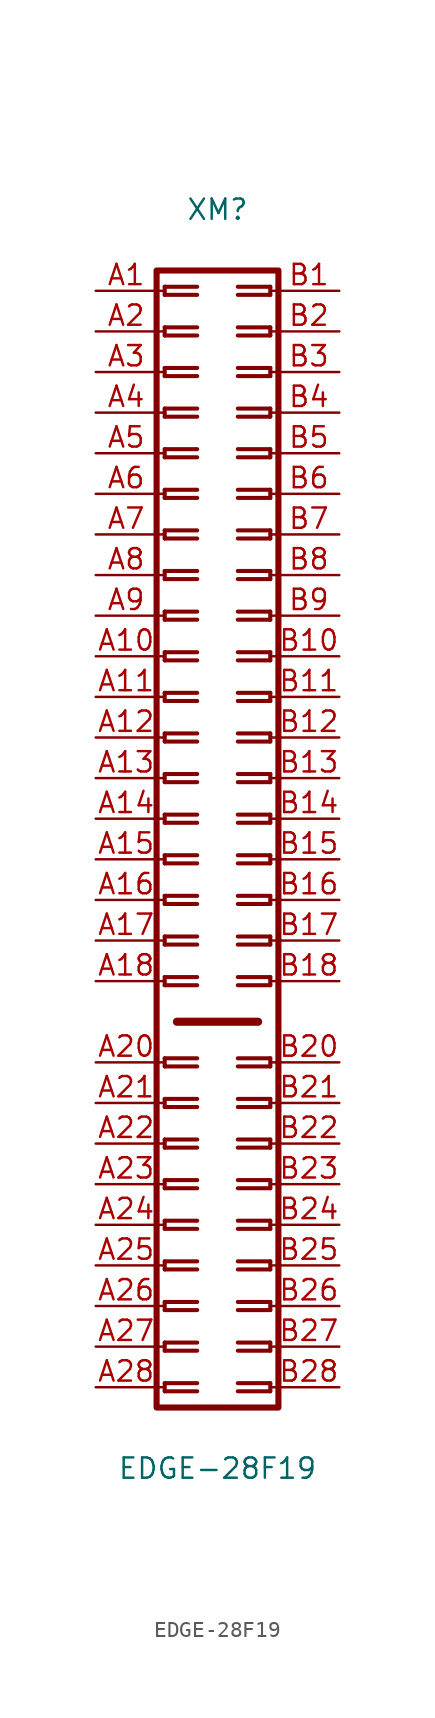
<source format=kicad_sym>
(kicad_symbol_lib
  (version 20231120)
  (generator "kicad_symbol_editor")
  (generator_version "8.0")
  (symbol "EDGE-28F19"
    (pin_names
      (offset 1.016))
    (property "Reference" "XM"
      (at 0 39.37 0)
      (effects (font (size 1.27 1.27))))
    (property "Value" "EDGE-28F19"
      (at 0 -39.37 0)
      (effects (font (size 1.27 1.27))))
    (symbol "EDGE-28F19_0_0"
      (polyline (pts (xy -2.54 -11.43) (xy 2.54 -11.43)) (stroke (width 0.508) (type default)) (fill (type none))))
    (symbol "EDGE-28F19_0_1"
      (rectangle (start -3.81 35.56) (end 3.81 -35.56) (stroke (width 0.381) (type default)) (fill (type none)))
      (polyline (pts (xy -3.81 -34.29) (xy -3.302 -34.29)) (stroke (width 0) (type default)) (fill (type none)))
      (polyline (pts (xy -3.81 -31.75) (xy -3.302 -31.75)) (stroke (width 0) (type default)) (fill (type none)))
      (polyline (pts (xy -3.81 -29.21) (xy -3.302 -29.21)) (stroke (width 0) (type default)) (fill (type none)))
      (polyline (pts (xy -3.81 -26.67) (xy -3.302 -26.67)) (stroke (width 0) (type default)) (fill (type none)))
      (polyline (pts (xy -3.81 -24.13) (xy -3.302 -24.13)) (stroke (width 0) (type default)) (fill (type none)))
      (polyline (pts (xy -3.81 -21.59) (xy -3.302 -21.59)) (stroke (width 0) (type default)) (fill (type none)))
      (polyline (pts (xy -3.81 -19.05) (xy -3.302 -19.05)) (stroke (width 0) (type default)) (fill (type none)))
      (polyline (pts (xy -3.81 -16.51) (xy -3.302 -16.51)) (stroke (width 0) (type default)) (fill (type none)))
      (polyline (pts (xy -3.81 -13.97) (xy -3.302 -13.97)) (stroke (width 0) (type default)) (fill (type none)))
      (polyline (pts (xy -3.81 -8.89) (xy -3.302 -8.89)) (stroke (width 0) (type default)) (fill (type none)))
      (polyline (pts (xy -3.81 -6.35) (xy -3.302 -6.35)) (stroke (width 0) (type default)) (fill (type none)))
      (polyline (pts (xy -3.81 -3.81) (xy -3.302 -3.81)) (stroke (width 0) (type default)) (fill (type none)))
      (polyline (pts (xy -3.81 -1.27) (xy -3.302 -1.27)) (stroke (width 0) (type default)) (fill (type none)))
      (polyline (pts (xy -3.81 1.27) (xy -3.302 1.27)) (stroke (width 0) (type default)) (fill (type none)))
      (polyline (pts (xy -3.81 3.81) (xy -3.302 3.81)) (stroke (width 0) (type default)) (fill (type none)))
      (polyline (pts (xy -3.81 6.35) (xy -3.302 6.35)) (stroke (width 0) (type default)) (fill (type none)))
      (polyline (pts (xy -3.81 8.89) (xy -3.302 8.89)) (stroke (width 0) (type default)) (fill (type none)))
      (polyline (pts (xy -3.81 11.43) (xy -3.302 11.43)) (stroke (width 0) (type default)) (fill (type none)))
      (polyline (pts (xy -3.81 13.97) (xy -3.302 13.97)) (stroke (width 0) (type default)) (fill (type none)))
      (polyline (pts (xy -3.81 16.51) (xy -3.302 16.51)) (stroke (width 0) (type default)) (fill (type none)))
      (polyline (pts (xy -3.81 19.05) (xy -3.302 19.05)) (stroke (width 0) (type default)) (fill (type none)))
      (polyline (pts (xy -3.81 21.59) (xy -3.302 21.59)) (stroke (width 0) (type default)) (fill (type none)))
      (polyline (pts (xy -3.81 24.13) (xy -3.302 24.13)) (stroke (width 0) (type default)) (fill (type none)))
      (polyline (pts (xy -3.81 26.67) (xy -3.302 26.67)) (stroke (width 0) (type default)) (fill (type none)))
      (polyline (pts (xy -3.81 29.21) (xy -3.302 29.21)) (stroke (width 0) (type default)) (fill (type none)))
      (polyline (pts (xy -3.81 31.75) (xy -3.302 31.75)) (stroke (width 0) (type default)) (fill (type none)))
      (polyline (pts (xy -3.81 34.29) (xy -3.302 34.29)) (stroke (width 0) (type default)) (fill (type none)))
      (polyline (pts (xy -3.302 -34.544) (xy -3.302 -34.036)) (stroke (width 0.254) (type default)) (fill (type none)))
      (polyline (pts (xy -3.302 -34.544) (xy -1.27 -34.544)) (stroke (width 0.254) (type default)) (fill (type none)))
      (polyline (pts (xy -3.302 -34.036) (xy -1.27 -34.036)) (stroke (width 0.254) (type default)) (fill (type none)))
      (polyline (pts (xy -3.302 -32.004) (xy -3.302 -31.496)) (stroke (width 0.254) (type default)) (fill (type none)))
      (polyline (pts (xy -3.302 -32.004) (xy -1.27 -32.004)) (stroke (width 0.254) (type default)) (fill (type none)))
      (polyline (pts (xy -3.302 -31.496) (xy -1.27 -31.496)) (stroke (width 0.254) (type default)) (fill (type none)))
      (polyline (pts (xy -3.302 -29.464) (xy -3.302 -28.956)) (stroke (width 0.254) (type default)) (fill (type none)))
      (polyline (pts (xy -3.302 -29.464) (xy -1.27 -29.464)) (stroke (width 0.254) (type default)) (fill (type none)))
      (polyline (pts (xy -3.302 -28.956) (xy -1.27 -28.956)) (stroke (width 0.254) (type default)) (fill (type none)))
      (polyline (pts (xy -3.302 -26.924) (xy -3.302 -26.416)) (stroke (width 0.254) (type default)) (fill (type none)))
      (polyline (pts (xy -3.302 -26.924) (xy -1.27 -26.924)) (stroke (width 0.254) (type default)) (fill (type none)))
      (polyline (pts (xy -3.302 -26.416) (xy -1.27 -26.416)) (stroke (width 0.254) (type default)) (fill (type none)))
      (polyline (pts (xy -3.302 -24.384) (xy -3.302 -23.876)) (stroke (width 0.254) (type default)) (fill (type none)))
      (polyline (pts (xy -3.302 -24.384) (xy -1.27 -24.384)) (stroke (width 0.254) (type default)) (fill (type none)))
      (polyline (pts (xy -3.302 -23.876) (xy -1.27 -23.876)) (stroke (width 0.254) (type default)) (fill (type none)))
      (polyline (pts (xy -3.302 -21.844) (xy -3.302 -21.336)) (stroke (width 0.254) (type default)) (fill (type none)))
      (polyline (pts (xy -3.302 -21.844) (xy -1.27 -21.844)) (stroke (width 0.254) (type default)) (fill (type none)))
      (polyline (pts (xy -3.302 -21.336) (xy -1.27 -21.336)) (stroke (width 0.254) (type default)) (fill (type none)))
      (polyline (pts (xy -3.302 -19.304) (xy -3.302 -18.796)) (stroke (width 0.254) (type default)) (fill (type none)))
      (polyline (pts (xy -3.302 -19.304) (xy -1.27 -19.304)) (stroke (width 0.254) (type default)) (fill (type none)))
      (polyline (pts (xy -3.302 -18.796) (xy -1.27 -18.796)) (stroke (width 0.254) (type default)) (fill (type none)))
      (polyline (pts (xy -3.302 -16.764) (xy -3.302 -16.256)) (stroke (width 0.254) (type default)) (fill (type none)))
      (polyline (pts (xy -3.302 -16.764) (xy -1.27 -16.764)) (stroke (width 0.254) (type default)) (fill (type none)))
      (polyline (pts (xy -3.302 -16.256) (xy -1.27 -16.256)) (stroke (width 0.254) (type default)) (fill (type none)))
      (polyline (pts (xy -3.302 -14.224) (xy -3.302 -13.716)) (stroke (width 0.254) (type default)) (fill (type none)))
      (polyline (pts (xy -3.302 -14.224) (xy -1.27 -14.224)) (stroke (width 0.254) (type default)) (fill (type none)))
      (polyline (pts (xy -3.302 -13.716) (xy -1.27 -13.716)) (stroke (width 0.254) (type default)) (fill (type none)))
      (polyline (pts (xy -3.302 -9.144) (xy -3.302 -8.636)) (stroke (width 0.254) (type default)) (fill (type none)))
      (polyline (pts (xy -3.302 -9.144) (xy -1.27 -9.144)) (stroke (width 0.254) (type default)) (fill (type none)))
      (polyline (pts (xy -3.302 -8.636) (xy -1.27 -8.636)) (stroke (width 0.254) (type default)) (fill (type none)))
      (polyline (pts (xy -3.302 -6.604) (xy -3.302 -6.096)) (stroke (width 0.254) (type default)) (fill (type none)))
      (polyline (pts (xy -3.302 -6.604) (xy -1.27 -6.604)) (stroke (width 0.254) (type default)) (fill (type none)))
      (polyline (pts (xy -3.302 -6.096) (xy -1.27 -6.096)) (stroke (width 0.254) (type default)) (fill (type none)))
      (polyline (pts (xy -3.302 -4.064) (xy -3.302 -3.556)) (stroke (width 0.254) (type default)) (fill (type none)))
      (polyline (pts (xy -3.302 -4.064) (xy -1.27 -4.064)) (stroke (width 0.254) (type default)) (fill (type none)))
      (polyline (pts (xy -3.302 -3.556) (xy -1.27 -3.556)) (stroke (width 0.254) (type default)) (fill (type none)))
      (polyline (pts (xy -3.302 -1.524) (xy -3.302 -1.016)) (stroke (width 0.254) (type default)) (fill (type none)))
      (polyline (pts (xy -3.302 -1.524) (xy -1.27 -1.524)) (stroke (width 0.254) (type default)) (fill (type none)))
      (polyline (pts (xy -3.302 -1.016) (xy -1.27 -1.016)) (stroke (width 0.254) (type default)) (fill (type none)))
      (polyline (pts (xy -3.302 1.016) (xy -3.302 1.524)) (stroke (width 0.254) (type default)) (fill (type none)))
      (polyline (pts (xy -3.302 1.016) (xy -1.27 1.016)) (stroke (width 0.254) (type default)) (fill (type none)))
      (polyline (pts (xy -3.302 1.524) (xy -1.27 1.524)) (stroke (width 0.254) (type default)) (fill (type none)))
      (polyline (pts (xy -3.302 3.556) (xy -3.302 4.064)) (stroke (width 0.254) (type default)) (fill (type none)))
      (polyline (pts (xy -3.302 3.556) (xy -1.27 3.556)) (stroke (width 0.254) (type default)) (fill (type none)))
      (polyline (pts (xy -3.302 4.064) (xy -1.27 4.064)) (stroke (width 0.254) (type default)) (fill (type none)))
      (polyline (pts (xy -3.302 6.096) (xy -3.302 6.604)) (stroke (width 0.254) (type default)) (fill (type none)))
      (polyline (pts (xy -3.302 6.096) (xy -1.27 6.096)) (stroke (width 0.254) (type default)) (fill (type none)))
      (polyline (pts (xy -3.302 6.604) (xy -1.27 6.604)) (stroke (width 0.254) (type default)) (fill (type none)))
      (polyline (pts (xy -3.302 8.636) (xy -3.302 9.144)) (stroke (width 0.254) (type default)) (fill (type none)))
      (polyline (pts (xy -3.302 8.636) (xy -1.27 8.636)) (stroke (width 0.254) (type default)) (fill (type none)))
      (polyline (pts (xy -3.302 9.144) (xy -1.27 9.144)) (stroke (width 0.254) (type default)) (fill (type none)))
      (polyline (pts (xy -3.302 11.176) (xy -3.302 11.684)) (stroke (width 0.254) (type default)) (fill (type none)))
      (polyline (pts (xy -3.302 11.176) (xy -1.27 11.176)) (stroke (width 0.254) (type default)) (fill (type none)))
      (polyline (pts (xy -3.302 11.684) (xy -1.27 11.684)) (stroke (width 0.254) (type default)) (fill (type none)))
      (polyline (pts (xy -3.302 13.716) (xy -3.302 14.224)) (stroke (width 0.254) (type default)) (fill (type none)))
      (polyline (pts (xy -3.302 13.716) (xy -1.27 13.716)) (stroke (width 0.254) (type default)) (fill (type none)))
      (polyline (pts (xy -3.302 14.224) (xy -1.27 14.224)) (stroke (width 0.254) (type default)) (fill (type none)))
      (polyline (pts (xy -3.302 16.256) (xy -3.302 16.764)) (stroke (width 0.254) (type default)) (fill (type none)))
      (polyline (pts (xy -3.302 16.256) (xy -1.27 16.256)) (stroke (width 0.254) (type default)) (fill (type none)))
      (polyline (pts (xy -3.302 16.764) (xy -1.27 16.764)) (stroke (width 0.254) (type default)) (fill (type none)))
      (polyline (pts (xy -3.302 18.796) (xy -3.302 19.304)) (stroke (width 0.254) (type default)) (fill (type none)))
      (polyline (pts (xy -3.302 18.796) (xy -1.27 18.796)) (stroke (width 0.254) (type default)) (fill (type none)))
      (polyline (pts (xy -3.302 19.304) (xy -1.27 19.304)) (stroke (width 0.254) (type default)) (fill (type none)))
      (polyline (pts (xy -3.302 21.336) (xy -3.302 21.844)) (stroke (width 0.254) (type default)) (fill (type none)))
      (polyline (pts (xy -3.302 21.336) (xy -1.27 21.336)) (stroke (width 0.254) (type default)) (fill (type none)))
      (polyline (pts (xy -3.302 21.844) (xy -1.27 21.844)) (stroke (width 0.254) (type default)) (fill (type none)))
      (polyline (pts (xy -3.302 23.876) (xy -3.302 24.384)) (stroke (width 0.254) (type default)) (fill (type none)))
      (polyline (pts (xy -3.302 23.876) (xy -1.27 23.876)) (stroke (width 0.254) (type default)) (fill (type none)))
      (polyline (pts (xy -3.302 24.384) (xy -1.27 24.384)) (stroke (width 0.254) (type default)) (fill (type none)))
      (polyline (pts (xy -3.302 26.416) (xy -3.302 26.924)) (stroke (width 0.254) (type default)) (fill (type none)))
      (polyline (pts (xy -3.302 26.416) (xy -1.27 26.416)) (stroke (width 0.254) (type default)) (fill (type none)))
      (polyline (pts (xy -3.302 26.924) (xy -1.27 26.924)) (stroke (width 0.254) (type default)) (fill (type none)))
      (polyline (pts (xy -3.302 28.956) (xy -3.302 29.464)) (stroke (width 0.254) (type default)) (fill (type none)))
      (polyline (pts (xy -3.302 28.956) (xy -1.27 28.956)) (stroke (width 0.254) (type default)) (fill (type none)))
      (polyline (pts (xy -3.302 29.464) (xy -1.27 29.464)) (stroke (width 0.254) (type default)) (fill (type none)))
      (polyline (pts (xy -3.302 31.496) (xy -3.302 32.004)) (stroke (width 0.254) (type default)) (fill (type none)))
      (polyline (pts (xy -3.302 31.496) (xy -1.27 31.496)) (stroke (width 0.254) (type default)) (fill (type none)))
      (polyline (pts (xy -3.302 32.004) (xy -1.27 32.004)) (stroke (width 0.254) (type default)) (fill (type none)))
      (polyline (pts (xy -3.302 34.036) (xy -3.302 34.544)) (stroke (width 0.254) (type default)) (fill (type none)))
      (polyline (pts (xy -3.302 34.036) (xy -1.27 34.036)) (stroke (width 0.254) (type default)) (fill (type none)))
      (polyline (pts (xy -3.302 34.544) (xy -1.27 34.544)) (stroke (width 0.254) (type default)) (fill (type none)))
      (polyline (pts (xy 3.302 -34.544) (xy 1.27 -34.544)) (stroke (width 0.254) (type default)) (fill (type none)))
      (polyline (pts (xy 3.302 -34.544) (xy 3.302 -34.036)) (stroke (width 0.254) (type default)) (fill (type none)))
      (polyline (pts (xy 3.302 -34.036) (xy 1.27 -34.036)) (stroke (width 0.254) (type default)) (fill (type none)))
      (polyline (pts (xy 3.302 -32.004) (xy 1.27 -32.004)) (stroke (width 0.254) (type default)) (fill (type none)))
      (polyline (pts (xy 3.302 -32.004) (xy 3.302 -31.496)) (stroke (width 0.254) (type default)) (fill (type none)))
      (polyline (pts (xy 3.302 -31.496) (xy 1.27 -31.496)) (stroke (width 0.254) (type default)) (fill (type none)))
      (polyline (pts (xy 3.302 -29.464) (xy 1.27 -29.464)) (stroke (width 0.254) (type default)) (fill (type none)))
      (polyline (pts (xy 3.302 -29.464) (xy 3.302 -28.956)) (stroke (width 0.254) (type default)) (fill (type none)))
      (polyline (pts (xy 3.302 -28.956) (xy 1.27 -28.956)) (stroke (width 0.254) (type default)) (fill (type none)))
      (polyline (pts (xy 3.302 -26.924) (xy 1.27 -26.924)) (stroke (width 0.254) (type default)) (fill (type none)))
      (polyline (pts (xy 3.302 -26.924) (xy 3.302 -26.416)) (stroke (width 0.254) (type default)) (fill (type none)))
      (polyline (pts (xy 3.302 -26.416) (xy 1.27 -26.416)) (stroke (width 0.254) (type default)) (fill (type none)))
      (polyline (pts (xy 3.302 -24.384) (xy 1.27 -24.384)) (stroke (width 0.254) (type default)) (fill (type none)))
      (polyline (pts (xy 3.302 -24.384) (xy 3.302 -23.876)) (stroke (width 0.254) (type default)) (fill (type none)))
      (polyline (pts (xy 3.302 -23.876) (xy 1.27 -23.876)) (stroke (width 0.254) (type default)) (fill (type none)))
      (polyline (pts (xy 3.302 -21.844) (xy 1.27 -21.844)) (stroke (width 0.254) (type default)) (fill (type none)))
      (polyline (pts (xy 3.302 -21.844) (xy 3.302 -21.336)) (stroke (width 0.254) (type default)) (fill (type none)))
      (polyline (pts (xy 3.302 -21.336) (xy 1.27 -21.336)) (stroke (width 0.254) (type default)) (fill (type none)))
      (polyline (pts (xy 3.302 -19.304) (xy 1.27 -19.304)) (stroke (width 0.254) (type default)) (fill (type none)))
      (polyline (pts (xy 3.302 -19.304) (xy 3.302 -18.796)) (stroke (width 0.254) (type default)) (fill (type none)))
      (polyline (pts (xy 3.302 -18.796) (xy 1.27 -18.796)) (stroke (width 0.254) (type default)) (fill (type none)))
      (polyline (pts (xy 3.302 -16.764) (xy 1.27 -16.764)) (stroke (width 0.254) (type default)) (fill (type none)))
      (polyline (pts (xy 3.302 -16.764) (xy 3.302 -16.256)) (stroke (width 0.254) (type default)) (fill (type none)))
      (polyline (pts (xy 3.302 -16.256) (xy 1.27 -16.256)) (stroke (width 0.254) (type default)) (fill (type none)))
      (polyline (pts (xy 3.302 -14.224) (xy 1.27 -14.224)) (stroke (width 0.254) (type default)) (fill (type none)))
      (polyline (pts (xy 3.302 -14.224) (xy 3.302 -13.716)) (stroke (width 0.254) (type default)) (fill (type none)))
      (polyline (pts (xy 3.302 -13.716) (xy 1.27 -13.716)) (stroke (width 0.254) (type default)) (fill (type none)))
      (polyline (pts (xy 3.302 -9.144) (xy 1.27 -9.144)) (stroke (width 0.254) (type default)) (fill (type none)))
      (polyline (pts (xy 3.302 -9.144) (xy 3.302 -8.636)) (stroke (width 0.254) (type default)) (fill (type none)))
      (polyline (pts (xy 3.302 -8.636) (xy 1.27 -8.636)) (stroke (width 0.254) (type default)) (fill (type none)))
      (polyline (pts (xy 3.302 -6.604) (xy 1.27 -6.604)) (stroke (width 0.254) (type default)) (fill (type none)))
      (polyline (pts (xy 3.302 -6.604) (xy 3.302 -6.096)) (stroke (width 0.254) (type default)) (fill (type none)))
      (polyline (pts (xy 3.302 -6.096) (xy 1.27 -6.096)) (stroke (width 0.254) (type default)) (fill (type none)))
      (polyline (pts (xy 3.302 -4.064) (xy 1.27 -4.064)) (stroke (width 0.254) (type default)) (fill (type none)))
      (polyline (pts (xy 3.302 -4.064) (xy 3.302 -3.556)) (stroke (width 0.254) (type default)) (fill (type none)))
      (polyline (pts (xy 3.302 -3.556) (xy 1.27 -3.556)) (stroke (width 0.254) (type default)) (fill (type none)))
      (polyline (pts (xy 3.302 -1.524) (xy 1.27 -1.524)) (stroke (width 0.254) (type default)) (fill (type none)))
      (polyline (pts (xy 3.302 -1.524) (xy 3.302 -1.016)) (stroke (width 0.254) (type default)) (fill (type none)))
      (polyline (pts (xy 3.302 -1.016) (xy 1.27 -1.016)) (stroke (width 0.254) (type default)) (fill (type none)))
      (polyline (pts (xy 3.302 1.016) (xy 1.27 1.016)) (stroke (width 0.254) (type default)) (fill (type none)))
      (polyline (pts (xy 3.302 1.016) (xy 3.302 1.524)) (stroke (width 0.254) (type default)) (fill (type none)))
      (polyline (pts (xy 3.302 1.524) (xy 1.27 1.524)) (stroke (width 0.254) (type default)) (fill (type none)))
      (polyline (pts (xy 3.302 3.556) (xy 1.27 3.556)) (stroke (width 0.254) (type default)) (fill (type none)))
      (polyline (pts (xy 3.302 3.556) (xy 3.302 4.064)) (stroke (width 0.254) (type default)) (fill (type none)))
      (polyline (pts (xy 3.302 4.064) (xy 1.27 4.064)) (stroke (width 0.254) (type default)) (fill (type none)))
      (polyline (pts (xy 3.302 6.096) (xy 1.27 6.096)) (stroke (width 0.254) (type default)) (fill (type none)))
      (polyline (pts (xy 3.302 6.096) (xy 3.302 6.604)) (stroke (width 0.254) (type default)) (fill (type none)))
      (polyline (pts (xy 3.302 6.604) (xy 1.27 6.604)) (stroke (width 0.254) (type default)) (fill (type none)))
      (polyline (pts (xy 3.302 8.636) (xy 1.27 8.636)) (stroke (width 0.254) (type default)) (fill (type none)))
      (polyline (pts (xy 3.302 8.636) (xy 3.302 9.144)) (stroke (width 0.254) (type default)) (fill (type none)))
      (polyline (pts (xy 3.302 9.144) (xy 1.27 9.144)) (stroke (width 0.254) (type default)) (fill (type none)))
      (polyline (pts (xy 3.302 11.176) (xy 1.27 11.176)) (stroke (width 0.254) (type default)) (fill (type none)))
      (polyline (pts (xy 3.302 11.176) (xy 3.302 11.684)) (stroke (width 0.254) (type default)) (fill (type none)))
      (polyline (pts (xy 3.302 11.684) (xy 1.27 11.684)) (stroke (width 0.254) (type default)) (fill (type none)))
      (polyline (pts (xy 3.302 13.716) (xy 1.27 13.716)) (stroke (width 0.254) (type default)) (fill (type none)))
      (polyline (pts (xy 3.302 13.716) (xy 3.302 14.224)) (stroke (width 0.254) (type default)) (fill (type none)))
      (polyline (pts (xy 3.302 14.224) (xy 1.27 14.224)) (stroke (width 0.254) (type default)) (fill (type none)))
      (polyline (pts (xy 3.302 16.256) (xy 1.27 16.256)) (stroke (width 0.254) (type default)) (fill (type none)))
      (polyline (pts (xy 3.302 16.256) (xy 3.302 16.764)) (stroke (width 0.254) (type default)) (fill (type none)))
      (polyline (pts (xy 3.302 16.764) (xy 1.27 16.764)) (stroke (width 0.254) (type default)) (fill (type none)))
      (polyline (pts (xy 3.302 18.796) (xy 1.27 18.796)) (stroke (width 0.254) (type default)) (fill (type none)))
      (polyline (pts (xy 3.302 18.796) (xy 3.302 19.304)) (stroke (width 0.254) (type default)) (fill (type none)))
      (polyline (pts (xy 3.302 19.304) (xy 1.27 19.304)) (stroke (width 0.254) (type default)) (fill (type none)))
      (polyline (pts (xy 3.302 21.336) (xy 1.27 21.336)) (stroke (width 0.254) (type default)) (fill (type none)))
      (polyline (pts (xy 3.302 21.336) (xy 3.302 21.844)) (stroke (width 0.254) (type default)) (fill (type none)))
      (polyline (pts (xy 3.302 21.844) (xy 1.27 21.844)) (stroke (width 0.254) (type default)) (fill (type none)))
      (polyline (pts (xy 3.302 23.876) (xy 1.27 23.876)) (stroke (width 0.254) (type default)) (fill (type none)))
      (polyline (pts (xy 3.302 23.876) (xy 3.302 24.384)) (stroke (width 0.254) (type default)) (fill (type none)))
      (polyline (pts (xy 3.302 24.384) (xy 1.27 24.384)) (stroke (width 0.254) (type default)) (fill (type none)))
      (polyline (pts (xy 3.302 26.416) (xy 1.27 26.416)) (stroke (width 0.254) (type default)) (fill (type none)))
      (polyline (pts (xy 3.302 26.416) (xy 3.302 26.924)) (stroke (width 0.254) (type default)) (fill (type none)))
      (polyline (pts (xy 3.302 26.924) (xy 1.27 26.924)) (stroke (width 0.254) (type default)) (fill (type none)))
      (polyline (pts (xy 3.302 28.956) (xy 1.27 28.956)) (stroke (width 0.254) (type default)) (fill (type none)))
      (polyline (pts (xy 3.302 28.956) (xy 3.302 29.464)) (stroke (width 0.254) (type default)) (fill (type none)))
      (polyline (pts (xy 3.302 29.464) (xy 1.27 29.464)) (stroke (width 0.254) (type default)) (fill (type none)))
      (polyline (pts (xy 3.302 31.496) (xy 1.27 31.496)) (stroke (width 0.254) (type default)) (fill (type none)))
      (polyline (pts (xy 3.302 31.496) (xy 3.302 32.004)) (stroke (width 0.254) (type default)) (fill (type none)))
      (polyline (pts (xy 3.302 32.004) (xy 1.27 32.004)) (stroke (width 0.254) (type default)) (fill (type none)))
      (polyline (pts (xy 3.302 34.036) (xy 1.27 34.036)) (stroke (width 0.254) (type default)) (fill (type none)))
      (polyline (pts (xy 3.302 34.036) (xy 3.302 34.544)) (stroke (width 0.254) (type default)) (fill (type none)))
      (polyline (pts (xy 3.302 34.544) (xy 1.27 34.544)) (stroke (width 0.254) (type default)) (fill (type none)))
      (polyline (pts (xy 3.81 -34.29) (xy 3.302 -34.29)) (stroke (width 0) (type default)) (fill (type none)))
      (polyline (pts (xy 3.81 -31.75) (xy 3.302 -31.75)) (stroke (width 0) (type default)) (fill (type none)))
      (polyline (pts (xy 3.81 -29.21) (xy 3.302 -29.21)) (stroke (width 0) (type default)) (fill (type none)))
      (polyline (pts (xy 3.81 -26.67) (xy 3.302 -26.67)) (stroke (width 0) (type default)) (fill (type none)))
      (polyline (pts (xy 3.81 -24.13) (xy 3.302 -24.13)) (stroke (width 0) (type default)) (fill (type none)))
      (polyline (pts (xy 3.81 -21.59) (xy 3.302 -21.59)) (stroke (width 0) (type default)) (fill (type none)))
      (polyline (pts (xy 3.81 -19.05) (xy 3.302 -19.05)) (stroke (width 0) (type default)) (fill (type none)))
      (polyline (pts (xy 3.81 -16.51) (xy 3.302 -16.51)) (stroke (width 0) (type default)) (fill (type none)))
      (polyline (pts (xy 3.81 -13.97) (xy 3.302 -13.97)) (stroke (width 0) (type default)) (fill (type none)))
      (polyline (pts (xy 3.81 -8.89) (xy 3.302 -8.89)) (stroke (width 0) (type default)) (fill (type none)))
      (polyline (pts (xy 3.81 -6.35) (xy 3.302 -6.35)) (stroke (width 0) (type default)) (fill (type none)))
      (polyline (pts (xy 3.81 -3.81) (xy 3.302 -3.81)) (stroke (width 0) (type default)) (fill (type none)))
      (polyline (pts (xy 3.81 -1.27) (xy 3.302 -1.27)) (stroke (width 0) (type default)) (fill (type none)))
      (polyline (pts (xy 3.81 1.27) (xy 3.302 1.27)) (stroke (width 0) (type default)) (fill (type none)))
      (polyline (pts (xy 3.81 3.81) (xy 3.302 3.81)) (stroke (width 0) (type default)) (fill (type none)))
      (polyline (pts (xy 3.81 6.35) (xy 3.302 6.35)) (stroke (width 0) (type default)) (fill (type none)))
      (polyline (pts (xy 3.81 8.89) (xy 3.302 8.89)) (stroke (width 0) (type default)) (fill (type none)))
      (polyline (pts (xy 3.81 11.43) (xy 3.302 11.43)) (stroke (width 0) (type default)) (fill (type none)))
      (polyline (pts (xy 3.81 13.97) (xy 3.302 13.97)) (stroke (width 0) (type default)) (fill (type none)))
      (polyline (pts (xy 3.81 16.51) (xy 3.302 16.51)) (stroke (width 0) (type default)) (fill (type none)))
      (polyline (pts (xy 3.81 19.05) (xy 3.302 19.05)) (stroke (width 0) (type default)) (fill (type none)))
      (polyline (pts (xy 3.81 21.59) (xy 3.302 21.59)) (stroke (width 0) (type default)) (fill (type none)))
      (polyline (pts (xy 3.81 24.13) (xy 3.302 24.13)) (stroke (width 0) (type default)) (fill (type none)))
      (polyline (pts (xy 3.81 26.67) (xy 3.302 26.67)) (stroke (width 0) (type default)) (fill (type none)))
      (polyline (pts (xy 3.81 29.21) (xy 3.302 29.21)) (stroke (width 0) (type default)) (fill (type none)))
      (polyline (pts (xy 3.81 31.75) (xy 3.302 31.75)) (stroke (width 0) (type default)) (fill (type none)))
      (polyline (pts (xy 3.81 34.29) (xy 3.302 34.29)) (stroke (width 0) (type default)) (fill (type none))))
    (symbol "EDGE-28F19_1_1"
      (pin passive line (at -7.62 34.29 0) (length 3.81) (name "~" (effects (font (size 1.27 1.27)))) (number "A1" (effects (font (size 1.27 1.27)))))
      (pin passive line (at -7.62 11.43 0) (length 3.81) (name "~" (effects (font (size 1.27 1.27)))) (number "A10" (effects (font (size 1.27 1.27)))))
      (pin passive line (at -7.62 8.89 0) (length 3.81) (name "~" (effects (font (size 1.27 1.27)))) (number "A11" (effects (font (size 1.27 1.27)))))
      (pin passive line (at -7.62 6.35 0) (length 3.81) (name "~" (effects (font (size 1.27 1.27)))) (number "A12" (effects (font (size 1.27 1.27)))))
      (pin passive line (at -7.62 3.81 0) (length 3.81) (name "~" (effects (font (size 1.27 1.27)))) (number "A13" (effects (font (size 1.27 1.27)))))
      (pin passive line (at -7.62 1.27 0) (length 3.81) (name "~" (effects (font (size 1.27 1.27)))) (number "A14" (effects (font (size 1.27 1.27)))))
      (pin passive line (at -7.62 -1.27 0) (length 3.81) (name "~" (effects (font (size 1.27 1.27)))) (number "A15" (effects (font (size 1.27 1.27)))))
      (pin passive line (at -7.62 -3.81 0) (length 3.81) (name "~" (effects (font (size 1.27 1.27)))) (number "A16" (effects (font (size 1.27 1.27)))))
      (pin passive line (at -7.62 -6.35 0) (length 3.81) (name "~" (effects (font (size 1.27 1.27)))) (number "A17" (effects (font (size 1.27 1.27)))))
      (pin passive line (at -7.62 -8.89 0) (length 3.81) (name "~" (effects (font (size 1.27 1.27)))) (number "A18" (effects (font (size 1.27 1.27)))))
      (pin passive line (at -7.62 31.75 0) (length 3.81) (name "~" (effects (font (size 1.27 1.27)))) (number "A2" (effects (font (size 1.27 1.27)))))
      (pin passive line (at -7.62 -13.97 0) (length 3.81) (name "~" (effects (font (size 1.27 1.27)))) (number "A20" (effects (font (size 1.27 1.27)))))
      (pin passive line (at -7.62 -16.51 0) (length 3.81) (name "~" (effects (font (size 1.27 1.27)))) (number "A21" (effects (font (size 1.27 1.27)))))
      (pin passive line (at -7.62 -19.05 0) (length 3.81) (name "~" (effects (font (size 1.27 1.27)))) (number "A22" (effects (font (size 1.27 1.27)))))
      (pin passive line (at -7.62 -21.59 0) (length 3.81) (name "~" (effects (font (size 1.27 1.27)))) (number "A23" (effects (font (size 1.27 1.27)))))
      (pin passive line (at -7.62 -24.13 0) (length 3.81) (name "~" (effects (font (size 1.27 1.27)))) (number "A24" (effects (font (size 1.27 1.27)))))
      (pin passive line (at -7.62 -26.67 0) (length 3.81) (name "~" (effects (font (size 1.27 1.27)))) (number "A25" (effects (font (size 1.27 1.27)))))
      (pin passive line (at -7.62 -29.21 0) (length 3.81) (name "~" (effects (font (size 1.27 1.27)))) (number "A26" (effects (font (size 1.27 1.27)))))
      (pin passive line (at -7.62 -31.75 0) (length 3.81) (name "~" (effects (font (size 1.27 1.27)))) (number "A27" (effects (font (size 1.27 1.27)))))
      (pin passive line (at -7.62 -34.29 0) (length 3.81) (name "~" (effects (font (size 1.27 1.27)))) (number "A28" (effects (font (size 1.27 1.27)))))
      (pin passive line (at -7.62 29.21 0) (length 3.81) (name "~" (effects (font (size 1.27 1.27)))) (number "A3" (effects (font (size 1.27 1.27)))))
      (pin passive line (at -7.62 26.67 0) (length 3.81) (name "~" (effects (font (size 1.27 1.27)))) (number "A4" (effects (font (size 1.27 1.27)))))
      (pin passive line (at -7.62 24.13 0) (length 3.81) (name "~" (effects (font (size 1.27 1.27)))) (number "A5" (effects (font (size 1.27 1.27)))))
      (pin passive line (at -7.62 21.59 0) (length 3.81) (name "~" (effects (font (size 1.27 1.27)))) (number "A6" (effects (font (size 1.27 1.27)))))
      (pin passive line (at -7.62 19.05 0) (length 3.81) (name "~" (effects (font (size 1.27 1.27)))) (number "A7" (effects (font (size 1.27 1.27)))))
      (pin passive line (at -7.62 16.51 0) (length 3.81) (name "~" (effects (font (size 1.27 1.27)))) (number "A8" (effects (font (size 1.27 1.27)))))
      (pin passive line (at -7.62 13.97 0) (length 3.81) (name "~" (effects (font (size 1.27 1.27)))) (number "A9" (effects (font (size 1.27 1.27)))))
      (pin passive line (at 7.62 34.29 180) (length 3.81) (name "~" (effects (font (size 1.27 1.27)))) (number "B1" (effects (font (size 1.27 1.27)))))
      (pin passive line (at 7.62 11.43 180) (length 3.81) (name "~" (effects (font (size 1.27 1.27)))) (number "B10" (effects (font (size 1.27 1.27)))))
      (pin passive line (at 7.62 8.89 180) (length 3.81) (name "~" (effects (font (size 1.27 1.27)))) (number "B11" (effects (font (size 1.27 1.27)))))
      (pin passive line (at 7.62 6.35 180) (length 3.81) (name "~" (effects (font (size 1.27 1.27)))) (number "B12" (effects (font (size 1.27 1.27)))))
      (pin passive line (at 7.62 3.81 180) (length 3.81) (name "~" (effects (font (size 1.27 1.27)))) (number "B13" (effects (font (size 1.27 1.27)))))
      (pin passive line (at 7.62 1.27 180) (length 3.81) (name "~" (effects (font (size 1.27 1.27)))) (number "B14" (effects (font (size 1.27 1.27)))))
      (pin passive line (at 7.62 -1.27 180) (length 3.81) (name "~" (effects (font (size 1.27 1.27)))) (number "B15" (effects (font (size 1.27 1.27)))))
      (pin passive line (at 7.62 -3.81 180) (length 3.81) (name "~" (effects (font (size 1.27 1.27)))) (number "B16" (effects (font (size 1.27 1.27)))))
      (pin passive line (at 7.62 -6.35 180) (length 3.81) (name "~" (effects (font (size 1.27 1.27)))) (number "B17" (effects (font (size 1.27 1.27)))))
      (pin passive line (at 7.62 -8.89 180) (length 3.81) (name "~" (effects (font (size 1.27 1.27)))) (number "B18" (effects (font (size 1.27 1.27)))))
      (pin passive line (at 7.62 31.75 180) (length 3.81) (name "~" (effects (font (size 1.27 1.27)))) (number "B2" (effects (font (size 1.27 1.27)))))
      (pin passive line (at 7.62 -13.97 180) (length 3.81) (name "~" (effects (font (size 1.27 1.27)))) (number "B20" (effects (font (size 1.27 1.27)))))
      (pin passive line (at 7.62 -16.51 180) (length 3.81) (name "~" (effects (font (size 1.27 1.27)))) (number "B21" (effects (font (size 1.27 1.27)))))
      (pin passive line (at 7.62 -19.05 180) (length 3.81) (name "~" (effects (font (size 1.27 1.27)))) (number "B22" (effects (font (size 1.27 1.27)))))
      (pin passive line (at 7.62 -21.59 180) (length 3.81) (name "~" (effects (font (size 1.27 1.27)))) (number "B23" (effects (font (size 1.27 1.27)))))
      (pin passive line (at 7.62 -24.13 180) (length 3.81) (name "~" (effects (font (size 1.27 1.27)))) (number "B24" (effects (font (size 1.27 1.27)))))
      (pin passive line (at 7.62 -26.67 180) (length 3.81) (name "~" (effects (font (size 1.27 1.27)))) (number "B25" (effects (font (size 1.27 1.27)))))
      (pin passive line (at 7.62 -29.21 180) (length 3.81) (name "~" (effects (font (size 1.27 1.27)))) (number "B26" (effects (font (size 1.27 1.27)))))
      (pin passive line (at 7.62 -31.75 180) (length 3.81) (name "~" (effects (font (size 1.27 1.27)))) (number "B27" (effects (font (size 1.27 1.27)))))
      (pin passive line (at 7.62 -34.29 180) (length 3.81) (name "~" (effects (font (size 1.27 1.27)))) (number "B28" (effects (font (size 1.27 1.27)))))
      (pin passive line (at 7.62 29.21 180) (length 3.81) (name "~" (effects (font (size 1.27 1.27)))) (number "B3" (effects (font (size 1.27 1.27)))))
      (pin passive line (at 7.62 26.67 180) (length 3.81) (name "~" (effects (font (size 1.27 1.27)))) (number "B4" (effects (font (size 1.27 1.27)))))
      (pin passive line (at 7.62 24.13 180) (length 3.81) (name "~" (effects (font (size 1.27 1.27)))) (number "B5" (effects (font (size 1.27 1.27)))))
      (pin passive line (at 7.62 21.59 180) (length 3.81) (name "~" (effects (font (size 1.27 1.27)))) (number "B6" (effects (font (size 1.27 1.27)))))
      (pin passive line (at 7.62 19.05 180) (length 3.81) (name "~" (effects (font (size 1.27 1.27)))) (number "B7" (effects (font (size 1.27 1.27)))))
      (pin passive line (at 7.62 16.51 180) (length 3.81) (name "~" (effects (font (size 1.27 1.27)))) (number "B8" (effects (font (size 1.27 1.27)))))
      (pin passive line (at 7.62 13.97 180) (length 3.81) (name "~" (effects (font (size 1.27 1.27)))) (number "B9" (effects (font (size 1.27 1.27))))))))
</source>
